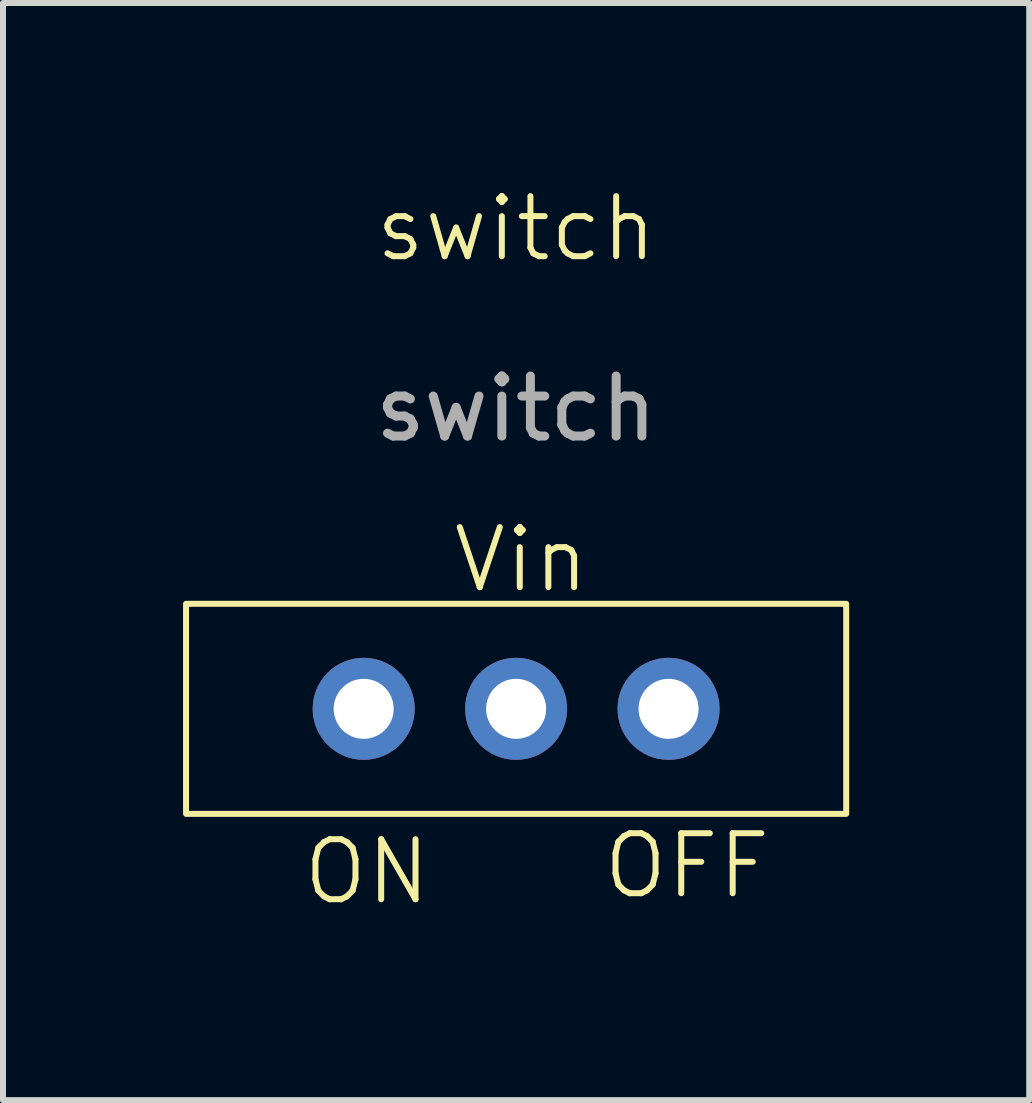
<source format=kicad_pcb>
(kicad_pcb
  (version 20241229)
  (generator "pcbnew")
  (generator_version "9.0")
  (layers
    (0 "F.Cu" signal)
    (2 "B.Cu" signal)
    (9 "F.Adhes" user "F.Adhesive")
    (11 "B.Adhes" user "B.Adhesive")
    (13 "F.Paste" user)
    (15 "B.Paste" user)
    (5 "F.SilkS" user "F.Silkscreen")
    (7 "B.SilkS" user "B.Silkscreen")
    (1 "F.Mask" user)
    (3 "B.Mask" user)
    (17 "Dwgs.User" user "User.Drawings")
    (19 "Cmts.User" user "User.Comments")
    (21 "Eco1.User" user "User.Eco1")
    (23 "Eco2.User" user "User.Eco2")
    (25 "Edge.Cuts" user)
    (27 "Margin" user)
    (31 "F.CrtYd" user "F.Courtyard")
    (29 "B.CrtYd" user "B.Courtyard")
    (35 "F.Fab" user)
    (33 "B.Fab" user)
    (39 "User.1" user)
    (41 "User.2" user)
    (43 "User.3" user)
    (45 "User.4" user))
  (footprint "switch"
    (layer "F.Cu")
    (at 5.55 8.761)
    (property "Reference" "switch" (at 0 -8 0) (unlocked yes) (layer "F.SilkS") (effects (font (size 1 1) (thickness 0.1))))
    (attr smd)
    (fp_rect (start -5.5 -1.75) (end 5.5 1.75) (stroke (width 0.1) (type solid)) (fill no) (layer "F.SilkS"))
    (fp_text user "ON" (at -3.6 3.3 0) (unlocked yes) (layer "F.SilkS") (effects (font (size 1 1) (thickness 0.1)) (justify left bottom)))
    (fp_text user "Vin" (at -1.1 -1.9 0) (unlocked yes) (layer "F.SilkS") (effects (font (size 1 1) (thickness 0.1)) (justify left bottom)))
    (fp_text user "OFF" (at 1.4 3.2 0) (unlocked yes) (layer "F.SilkS") (effects (font (size 1 1) (thickness 0.1)) (justify left bottom)))
    (fp_text user "${REFERENCE}" (at 0 -5 0) (unlocked yes) (layer "F.Fab") (effects (font (size 1 1) (thickness 0.15))))
    (pad "1" thru_hole circle (at 2.54 0 270) (size 1.7 1.7) (drill 1) (layers "*.Cu" "*.Mask"))
    (pad "2" thru_hole circle (at 0 0 270) (size 1.7 1.7) (drill 1) (layers "*.Cu" "*.Mask"))
    (pad "3" thru_hole circle (at -2.54 0 270) (size 1.7 1.7) (drill 1) (layers "*.Cu" "*.Mask")))
  (gr_rect
    (start -3 -3)
    (end 14.1 15.281)
    (stroke (width 0.1) (type default))
    (fill no)
    (layer "Edge.Cuts")))
</source>
